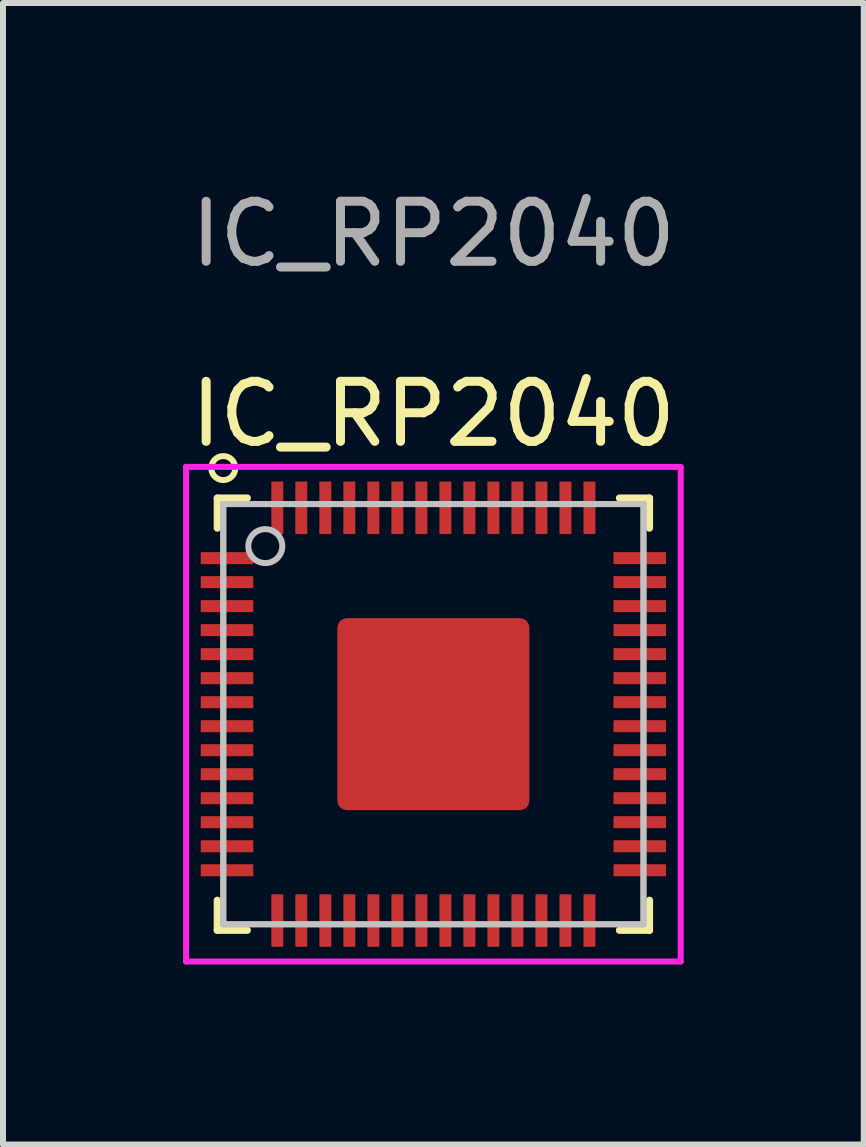
<source format=kicad_pcb>
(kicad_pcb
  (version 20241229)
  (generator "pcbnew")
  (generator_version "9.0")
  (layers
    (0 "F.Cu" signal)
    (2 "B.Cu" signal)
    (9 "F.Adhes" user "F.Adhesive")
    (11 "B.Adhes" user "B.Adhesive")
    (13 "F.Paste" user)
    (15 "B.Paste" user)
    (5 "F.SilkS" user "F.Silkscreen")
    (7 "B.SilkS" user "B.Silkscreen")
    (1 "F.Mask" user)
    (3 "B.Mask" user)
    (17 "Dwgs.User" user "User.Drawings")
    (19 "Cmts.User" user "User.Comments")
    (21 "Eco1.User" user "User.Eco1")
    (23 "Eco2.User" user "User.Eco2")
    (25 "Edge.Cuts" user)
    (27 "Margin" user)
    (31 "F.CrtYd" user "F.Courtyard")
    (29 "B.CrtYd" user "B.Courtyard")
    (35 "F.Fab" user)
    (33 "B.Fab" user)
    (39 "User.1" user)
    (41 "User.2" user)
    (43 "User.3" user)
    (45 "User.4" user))
  (footprint "IC_RP2040"
    (layer "F.Cu")
    (at 4.17 8.848)
    (property "Reference" "IC_RP2040" (at 0 -5 0) (layer "F.SilkS") (effects (font (size 1 1) (thickness 0.15))))
    (attr smd)
    (fp_poly (pts (xy -3.97 2.7) (xy -3.97 -2.7) (xy -2.91 -2.7) (xy -2.91 2.7)) (stroke (width 0.018) (type solid)) (fill yes) (layer "F.Mask"))
    (fp_poly (pts (xy -2.7 2.91) (xy 2.7 2.91) (xy 2.7 3.97) (xy -2.7 3.97)) (stroke (width 0.018) (type solid)) (fill yes) (layer "F.Mask"))
    (fp_poly (pts (xy 2.7 -2.91) (xy -2.7 -2.91) (xy -2.7 -3.97) (xy 2.7 -3.97)) (stroke (width 0.018) (type solid)) (fill yes) (layer "F.Mask"))
    (fp_poly (pts (xy 2.91 2.7) (xy 2.91 -2.7) (xy 3.97 -2.7) (xy 3.97 2.7)) (stroke (width 0.018) (type solid)) (fill yes) (layer "F.Mask"))
    (fp_line (start -3.6 -3.1) (end -3.6 -3.6) (stroke (width 0.12) (type solid)) (layer "F.SilkS"))
    (fp_line (start -3.6 3.1) (end -3.6 3.6) (stroke (width 0.12) (type solid)) (layer "F.SilkS"))
    (fp_line (start -3.1 -3.6) (end -3.6 -3.6) (stroke (width 0.12) (type solid)) (layer "F.SilkS"))
    (fp_line (start -3.1 3.6) (end -3.6 3.6) (stroke (width 0.12) (type solid)) (layer "F.SilkS"))
    (fp_line (start 3.1 -3.6) (end 3.6 -3.6) (stroke (width 0.12) (type solid)) (layer "F.SilkS"))
    (fp_line (start 3.1 3.6) (end 3.6 3.6) (stroke (width 0.12) (type solid)) (layer "F.SilkS"))
    (fp_line (start 3.6 -3.1) (end 3.6 -3.6) (stroke (width 0.12) (type solid)) (layer "F.SilkS"))
    (fp_line (start 3.6 3.1) (end 3.6 3.6) (stroke (width 0.12) (type solid)) (layer "F.SilkS"))
    (fp_circle (center -3.5 -4.1) (end -3.3 -4.1) (stroke (width 0.1) (type default)) (fill no) (layer "F.SilkS"))
    (fp_line (start -3.5 -3.5) (end 3.5 -3.5) (stroke (width 0.1) (type solid)) (layer "Dwgs.User"))
    (fp_line (start -3.5 3.5) (end -3.5 -3.5) (stroke (width 0.1) (type solid)) (layer "Dwgs.User"))
    (fp_line (start 3.5 -3.5) (end 3.5 3.5) (stroke (width 0.1) (type solid)) (layer "Dwgs.User"))
    (fp_line (start 3.5 3.5) (end -3.5 3.5) (stroke (width 0.1) (type solid)) (layer "Dwgs.User"))
    (fp_circle (center -2.8 -2.8) (end -2.6 -2.6) (stroke (width 0.1) (type solid)) (fill no) (layer "Dwgs.User"))
    (fp_line (start -4.12 -4.12) (end -4.12 4.12) (stroke (width 0.1) (type solid)) (layer "F.CrtYd"))
    (fp_line (start -4.12 4.12) (end 4.12 4.12) (stroke (width 0.1) (type solid)) (layer "F.CrtYd"))
    (fp_line (start 4.12 -4.12) (end -4.12 -4.12) (stroke (width 0.1) (type solid)) (layer "F.CrtYd"))
    (fp_line (start 4.12 4.12) (end 4.12 -4.12) (stroke (width 0.1) (type solid)) (layer "F.CrtYd"))
    (fp_line (start -3.5 -3.5) (end 3.5 -3.5) (stroke (width 0.1) (type solid)) (layer "F.Fab"))
    (fp_line (start -3.5 3.5) (end -3.5 -3.5) (stroke (width 0.1) (type solid)) (layer "F.Fab"))
    (fp_line (start 3.5 -3.5) (end 3.5 3.5) (stroke (width 0.1) (type solid)) (layer "F.Fab"))
    (fp_line (start 3.5 3.5) (end -3.5 3.5) (stroke (width 0.1) (type solid)) (layer "F.Fab"))
    (fp_text user "${REFERENCE}" (at 0 -8 0) (layer "F.Fab") (effects (font (size 1 1) (thickness 0.15))))
    (pad "" smd roundrect (at -0.8 -0.8) (size 1.2 1.2) (layers "F.Paste") (roundrect_rratio 0.221))
    (pad "" smd roundrect (at -0.8 0.8) (size 1.2 1.2) (layers "F.Paste") (roundrect_rratio 0.221))
    (pad "" smd roundrect (at 0.8 -0.8) (size 1.2 1.2) (layers "F.Paste") (roundrect_rratio 0.221))
    (pad "" smd roundrect (at 0.8 0.8) (size 1.2 1.2) (layers "F.Paste") (roundrect_rratio 0.221))
    (pad "1" smd roundrect (at -3.438 -2.6) (size 0.875 0.2) (layers "F.Cu" "F.Mask" "F.Paste") (roundrect_rratio 0.05))
    (pad "2" smd roundrect (at -3.438 -2.2) (size 0.875 0.2) (layers "F.Cu" "F.Mask" "F.Paste") (roundrect_rratio 0.05))
    (pad "3" smd roundrect (at -3.438 -1.8) (size 0.875 0.2) (layers "F.Cu" "F.Mask" "F.Paste") (roundrect_rratio 0.05))
    (pad "4" smd roundrect (at -3.438 -1.4) (size 0.875 0.2) (layers "F.Cu" "F.Mask" "F.Paste") (roundrect_rratio 0.05))
    (pad "5" smd roundrect (at -3.438 -1) (size 0.875 0.2) (layers "F.Cu" "F.Mask" "F.Paste") (roundrect_rratio 0.05))
    (pad "6" smd roundrect (at -3.438 -0.6) (size 0.875 0.2) (layers "F.Cu" "F.Mask" "F.Paste") (roundrect_rratio 0.05))
    (pad "7" smd roundrect (at -3.438 -0.2) (size 0.875 0.2) (layers "F.Cu" "F.Mask" "F.Paste") (roundrect_rratio 0.05))
    (pad "8" smd roundrect (at -3.438 0.2) (size 0.875 0.2) (layers "F.Cu" "F.Mask" "F.Paste") (roundrect_rratio 0.05))
    (pad "9" smd roundrect (at -3.438 0.6) (size 0.875 0.2) (layers "F.Cu" "F.Mask" "F.Paste") (roundrect_rratio 0.05))
    (pad "10" smd roundrect (at -3.438 1) (size 0.875 0.2) (layers "F.Cu" "F.Mask" "F.Paste") (roundrect_rratio 0.05))
    (pad "11" smd roundrect (at -3.438 1.4) (size 0.875 0.2) (layers "F.Cu" "F.Mask" "F.Paste") (roundrect_rratio 0.05))
    (pad "12" smd roundrect (at -3.438 1.8) (size 0.875 0.2) (layers "F.Cu" "F.Mask" "F.Paste") (roundrect_rratio 0.05))
    (pad "13" smd roundrect (at -3.438 2.2) (size 0.875 0.2) (layers "F.Cu" "F.Mask" "F.Paste") (roundrect_rratio 0.05))
    (pad "14" smd roundrect (at -3.438 2.6) (size 0.875 0.2) (layers "F.Cu" "F.Mask" "F.Paste") (roundrect_rratio 0.05))
    (pad "15" smd roundrect (at -2.6 3.438) (size 0.2 0.875) (layers "F.Cu" "F.Mask" "F.Paste") (roundrect_rratio 0.05))
    (pad "16" smd roundrect (at -2.2 3.438) (size 0.2 0.875) (layers "F.Cu" "F.Mask" "F.Paste") (roundrect_rratio 0.05))
    (pad "17" smd roundrect (at -1.8 3.438) (size 0.2 0.875) (layers "F.Cu" "F.Mask" "F.Paste") (roundrect_rratio 0.05))
    (pad "18" smd roundrect (at -1.4 3.438) (size 0.2 0.875) (layers "F.Cu" "F.Mask" "F.Paste") (roundrect_rratio 0.05))
    (pad "19" smd roundrect (at -1 3.438) (size 0.2 0.875) (layers "F.Cu" "F.Mask" "F.Paste") (roundrect_rratio 0.05))
    (pad "20" smd roundrect (at -0.6 3.438) (size 0.2 0.875) (layers "F.Cu" "F.Mask" "F.Paste") (roundrect_rratio 0.05))
    (pad "21" smd roundrect (at -0.2 3.438) (size 0.2 0.875) (layers "F.Cu" "F.Mask" "F.Paste") (roundrect_rratio 0.05))
    (pad "22" smd roundrect (at 0.2 3.438) (size 0.2 0.875) (layers "F.Cu" "F.Mask" "F.Paste") (roundrect_rratio 0.05))
    (pad "23" smd roundrect (at 0.6 3.438) (size 0.2 0.875) (layers "F.Cu" "F.Mask" "F.Paste") (roundrect_rratio 0.05))
    (pad "24" smd roundrect (at 1 3.438) (size 0.2 0.875) (layers "F.Cu" "F.Mask" "F.Paste") (roundrect_rratio 0.05))
    (pad "25" smd roundrect (at 1.4 3.438) (size 0.2 0.875) (layers "F.Cu" "F.Mask" "F.Paste") (roundrect_rratio 0.05))
    (pad "26" smd roundrect (at 1.8 3.438) (size 0.2 0.875) (layers "F.Cu" "F.Mask" "F.Paste") (roundrect_rratio 0.05))
    (pad "27" smd roundrect (at 2.2 3.438) (size 0.2 0.875) (layers "F.Cu" "F.Mask" "F.Paste") (roundrect_rratio 0.05))
    (pad "28" smd roundrect (at 2.6 3.438) (size 0.2 0.875) (layers "F.Cu" "F.Mask" "F.Paste") (roundrect_rratio 0.05))
    (pad "29" smd roundrect (at 3.438 2.6) (size 0.875 0.2) (layers "F.Cu" "F.Mask" "F.Paste") (roundrect_rratio 0.05))
    (pad "30" smd roundrect (at 3.438 2.2) (size 0.875 0.2) (layers "F.Cu" "F.Mask" "F.Paste") (roundrect_rratio 0.05))
    (pad "31" smd roundrect (at 3.438 1.8) (size 0.875 0.2) (layers "F.Cu" "F.Mask" "F.Paste") (roundrect_rratio 0.05))
    (pad "32" smd roundrect (at 3.438 1.4) (size 0.875 0.2) (layers "F.Cu" "F.Mask" "F.Paste") (roundrect_rratio 0.05))
    (pad "33" smd roundrect (at 3.438 1) (size 0.875 0.2) (layers "F.Cu" "F.Mask" "F.Paste") (roundrect_rratio 0.05))
    (pad "34" smd roundrect (at 3.438 0.6) (size 0.875 0.2) (layers "F.Cu" "F.Mask" "F.Paste") (roundrect_rratio 0.05))
    (pad "35" smd roundrect (at 3.438 0.2) (size 0.875 0.2) (layers "F.Cu" "F.Mask" "F.Paste") (roundrect_rratio 0.05))
    (pad "36" smd roundrect (at 3.438 -0.2) (size 0.875 0.2) (layers "F.Cu" "F.Mask" "F.Paste") (roundrect_rratio 0.05))
    (pad "37" smd roundrect (at 3.438 -0.6) (size 0.875 0.2) (layers "F.Cu" "F.Mask" "F.Paste") (roundrect_rratio 0.05))
    (pad "38" smd roundrect (at 3.438 -1) (size 0.875 0.2) (layers "F.Cu" "F.Mask" "F.Paste") (roundrect_rratio 0.05))
    (pad "39" smd roundrect (at 3.438 -1.4) (size 0.875 0.2) (layers "F.Cu" "F.Mask" "F.Paste") (roundrect_rratio 0.05))
    (pad "40" smd roundrect (at 3.438 -1.8) (size 0.875 0.2) (layers "F.Cu" "F.Mask" "F.Paste") (roundrect_rratio 0.05))
    (pad "41" smd roundrect (at 3.438 -2.2) (size 0.875 0.2) (layers "F.Cu" "F.Mask" "F.Paste") (roundrect_rratio 0.05))
    (pad "42" smd roundrect (at 3.438 -2.6) (size 0.875 0.2) (layers "F.Cu" "F.Mask" "F.Paste") (roundrect_rratio 0.05))
    (pad "43" smd roundrect (at 2.6 -3.438) (size 0.2 0.875) (layers "F.Cu" "F.Mask" "F.Paste") (roundrect_rratio 0.05))
    (pad "44" smd roundrect (at 2.2 -3.438) (size 0.2 0.875) (layers "F.Cu" "F.Mask" "F.Paste") (roundrect_rratio 0.05))
    (pad "45" smd roundrect (at 1.8 -3.438) (size 0.2 0.875) (layers "F.Cu" "F.Mask" "F.Paste") (roundrect_rratio 0.05))
    (pad "46" smd roundrect (at 1.4 -3.438) (size 0.2 0.875) (layers "F.Cu" "F.Mask" "F.Paste") (roundrect_rratio 0.05))
    (pad "47" smd roundrect (at 1 -3.438) (size 0.2 0.875) (layers "F.Cu" "F.Mask" "F.Paste") (roundrect_rratio 0.05))
    (pad "48" smd roundrect (at 0.6 -3.438) (size 0.2 0.875) (layers "F.Cu" "F.Mask" "F.Paste") (roundrect_rratio 0.05))
    (pad "49" smd roundrect (at 0.2 -3.438) (size 0.2 0.875) (layers "F.Cu" "F.Mask" "F.Paste") (roundrect_rratio 0.05))
    (pad "50" smd roundrect (at -0.2 -3.438) (size 0.2 0.875) (layers "F.Cu" "F.Mask" "F.Paste") (roundrect_rratio 0.05))
    (pad "51" smd roundrect (at -0.6 -3.438) (size 0.2 0.875) (layers "F.Cu" "F.Mask" "F.Paste") (roundrect_rratio 0.05))
    (pad "52" smd roundrect (at -1 -3.438) (size 0.2 0.875) (layers "F.Cu" "F.Mask" "F.Paste") (roundrect_rratio 0.05))
    (pad "53" smd roundrect (at -1.4 -3.438) (size 0.2 0.875) (layers "F.Cu" "F.Mask" "F.Paste") (roundrect_rratio 0.05))
    (pad "54" smd roundrect (at -1.8 -3.438) (size 0.2 0.875) (layers "F.Cu" "F.Mask" "F.Paste") (roundrect_rratio 0.05))
    (pad "55" smd roundrect (at -2.2 -3.438) (size 0.2 0.875) (layers "F.Cu" "F.Mask" "F.Paste") (roundrect_rratio 0.05))
    (pad "56" smd roundrect (at -2.6 -3.438) (size 0.2 0.875) (layers "F.Cu" "F.Mask" "F.Paste") (roundrect_rratio 0.05))
    (pad "57" smd roundrect (at 0 0) (size 3.2 3.2) (layers "F.Cu" "F.Mask") (roundrect_rratio 0.05)))
  (gr_rect
    (start -3 -3)
    (end 11.34 16.018)
    (stroke (width 0.1) (type default))
    (fill no)
    (layer "Edge.Cuts")))
</source>
